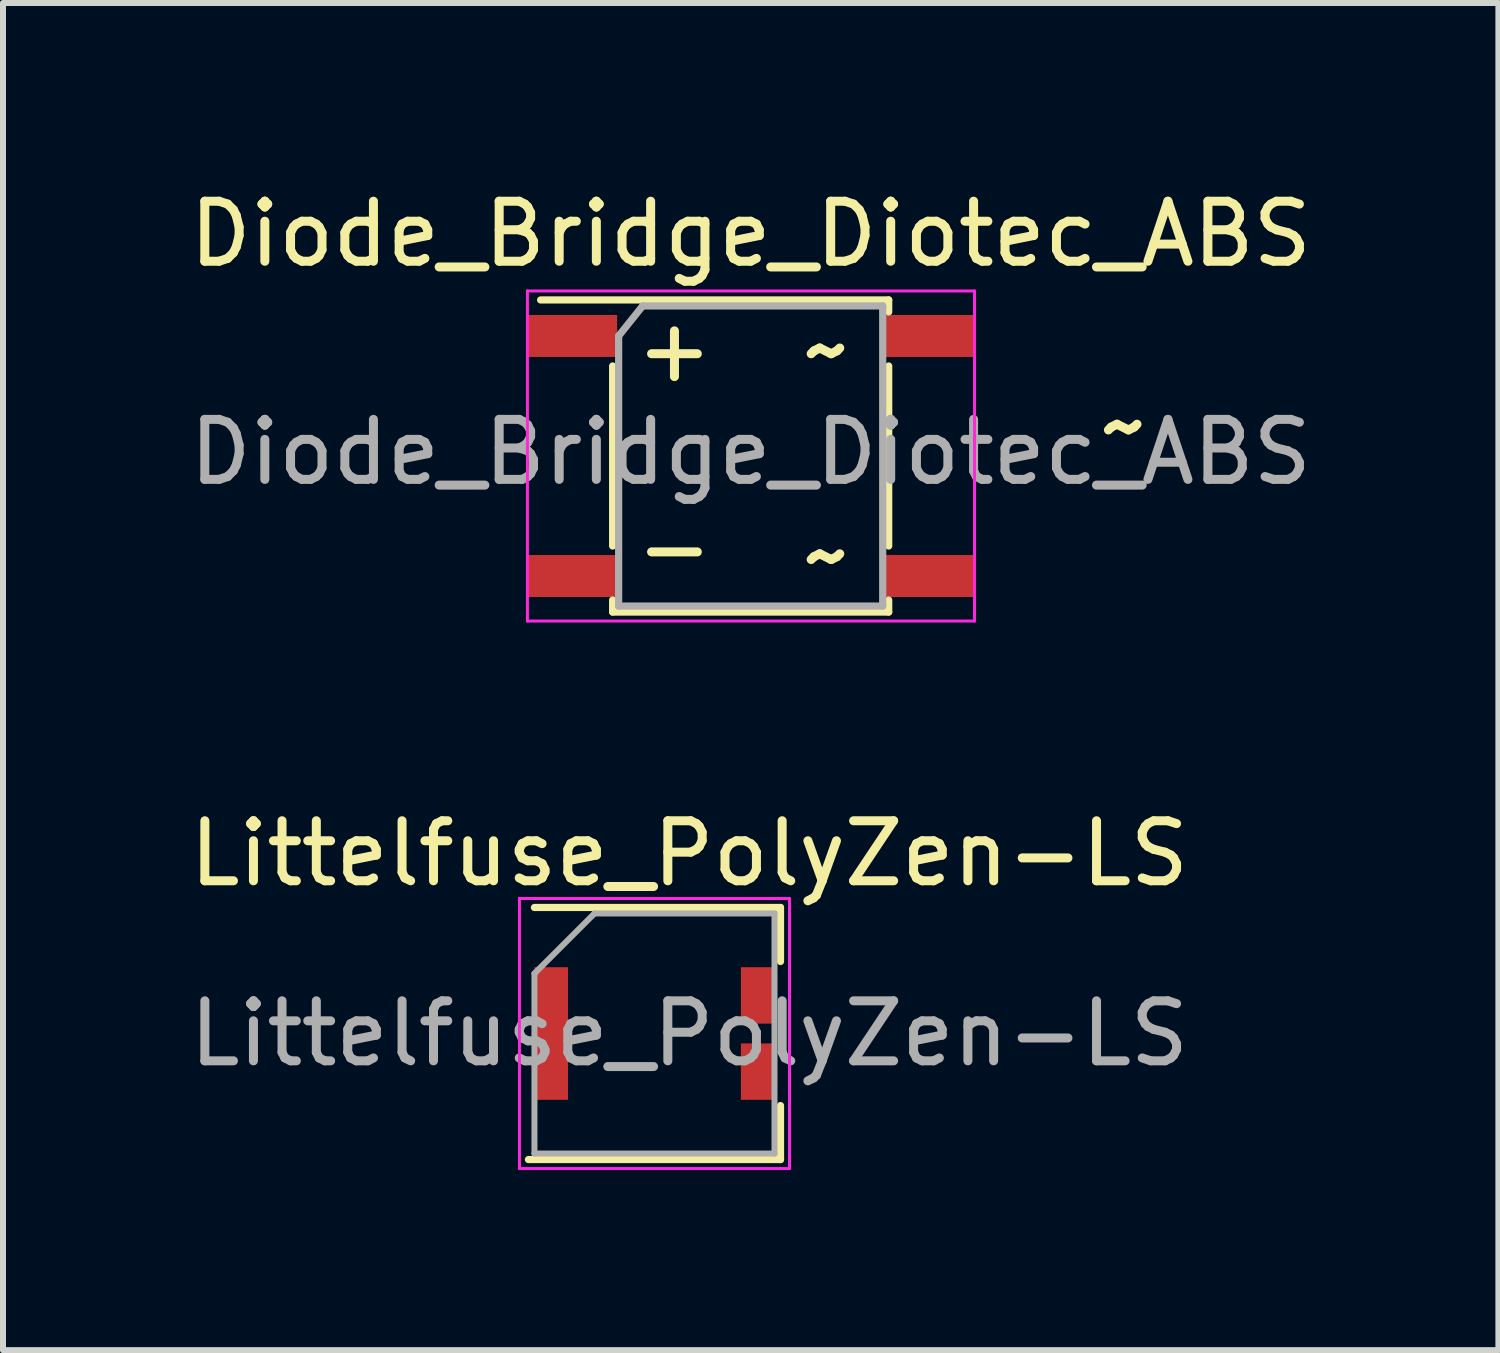
<source format=kicad_pcb>
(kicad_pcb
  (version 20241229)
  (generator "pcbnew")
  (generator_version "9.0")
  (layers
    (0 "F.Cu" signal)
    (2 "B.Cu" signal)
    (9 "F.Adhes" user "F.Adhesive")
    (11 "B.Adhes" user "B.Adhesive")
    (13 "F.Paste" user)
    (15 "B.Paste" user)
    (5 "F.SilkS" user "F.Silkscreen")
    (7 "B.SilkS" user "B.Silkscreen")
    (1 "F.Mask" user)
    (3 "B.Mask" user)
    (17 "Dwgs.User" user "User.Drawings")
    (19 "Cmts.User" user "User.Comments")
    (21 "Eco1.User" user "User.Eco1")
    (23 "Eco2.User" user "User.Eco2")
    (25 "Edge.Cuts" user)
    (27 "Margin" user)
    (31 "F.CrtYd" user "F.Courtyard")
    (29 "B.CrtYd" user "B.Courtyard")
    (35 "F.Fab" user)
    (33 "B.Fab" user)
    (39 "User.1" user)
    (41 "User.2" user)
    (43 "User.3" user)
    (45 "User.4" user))
  (footprint "Diode_Bridge_Diotec_ABS"
    (layer "F.Cu")
    (at 9.458 4.548)
    (property "Reference" "Diode_Bridge_Diotec_ABS" (at 0 -3.7 0) (layer "F.SilkS") (effects (font (size 1 1) (thickness 0.15))))
    (attr smd)
    (fp_line (start -2.3 1.5) (end -2.3 -1.5) (stroke (width 0.12) (type solid)) (layer "F.SilkS"))
    (fp_line (start -2.3 2.6) (end -2.3 2.4) (stroke (width 0.12) (type solid)) (layer "F.SilkS"))
    (fp_line (start 2.3 -2.6) (end -3.5 -2.6) (stroke (width 0.12) (type solid)) (layer "F.SilkS"))
    (fp_line (start 2.3 -2.4) (end 2.3 -2.6) (stroke (width 0.12) (type solid)) (layer "F.SilkS"))
    (fp_line (start 2.3 -1.5) (end 2.3 1.5) (stroke (width 0.12) (type solid)) (layer "F.SilkS"))
    (fp_line (start 2.3 2.4) (end 2.3 2.6) (stroke (width 0.12) (type solid)) (layer "F.SilkS"))
    (fp_line (start 2.3 2.6) (end -2.3 2.6) (stroke (width 0.12) (type solid)) (layer "F.SilkS"))
    (fp_line (start -3.72 -2.75) (end -3.72 2.75) (stroke (width 0.05) (type solid)) (layer "F.CrtYd"))
    (fp_line (start -3.72 -2.75) (end 3.73 -2.75) (stroke (width 0.05) (type solid)) (layer "F.CrtYd"))
    (fp_line (start 3.73 2.75) (end -3.72 2.75) (stroke (width 0.05) (type solid)) (layer "F.CrtYd"))
    (fp_line (start 3.73 2.75) (end 3.73 -2.75) (stroke (width 0.05) (type solid)) (layer "F.CrtYd"))
    (fp_line (start -2.2 -2) (end -2.2 2.5) (stroke (width 0.12) (type solid)) (layer "F.Fab"))
    (fp_line (start -2.2 2.5) (end 2.2 2.5) (stroke (width 0.12) (type solid)) (layer "F.Fab"))
    (fp_line (start -1.8 -2.5) (end -2.2 -2) (stroke (width 0.12) (type solid)) (layer "F.Fab"))
    (fp_line (start 2.2 -2.5) (end -1.8 -2.5) (stroke (width 0.12) (type solid)) (layer "F.Fab"))
    (fp_line (start 2.2 2.5) (end 2.2 -2.5) (stroke (width 0.12) (type solid)) (layer "F.Fab"))
    (fp_text user "~" (at 1.27 -1.778 0) (layer "F.SilkS") (effects (font (size 1 1) (thickness 0.15))))
    (fp_text user "~" (at 6.223 -0.508 0) (layer "F.SilkS") (effects (font (size 1 1) (thickness 0.15))))
    (fp_text user "-" (at -1.27 1.524 0) (layer "F.SilkS") (effects (font (size 1 1) (thickness 0.15))))
    (fp_text user "~" (at 1.27 1.651 0) (layer "F.SilkS") (effects (font (size 1 1) (thickness 0.15))))
    (fp_text user "+" (at -1.27 -1.778 0) (layer "F.SilkS") (effects (font (size 1 1) (thickness 0.15))))
    (fp_text user "${REFERENCE}" (at 0 -0.065 0) (layer "F.Fab") (effects (font (size 1 1) (thickness 0.15))))
    (pad "1" smd rect (at -2.975 -2) (size 1.5 0.7) (layers "F.Cu" "F.Mask" "F.Paste"))
    (pad "2" smd rect (at -2.975 2) (size 1.5 0.7) (layers "F.Cu" "F.Mask" "F.Paste"))
    (pad "3" smd rect (at 2.975 2) (size 1.5 0.7) (layers "F.Cu" "F.Mask" "F.Paste"))
    (pad "4" smd rect (at 2.975 -2) (size 1.5 0.7) (layers "F.Cu" "F.Mask" "F.Paste")))
  (footprint "Littelfuse_PolyZen-LS"
    (layer "F.Cu")
    (at 7.855 14.171)
    (property "Reference" "Littelfuse_PolyZen-LS" (at 0.58 -3 0) (layer "F.SilkS") (effects (font (size 1 1) (thickness 0.15))))
    (attr smd)
    (fp_line (start 2.1 -2.1) (end -2 -2.1) (stroke (width 0.12) (type solid)) (layer "F.SilkS"))
    (fp_line (start 2.1 -2.1) (end 2.1 -1.2) (stroke (width 0.12) (type solid)) (layer "F.SilkS"))
    (fp_line (start 2.1 2.1) (end -2.1 2.1) (stroke (width 0.12) (type solid)) (layer "F.SilkS"))
    (fp_line (start 2.1 2.1) (end 2.1 1.2) (stroke (width 0.12) (type solid)) (layer "F.SilkS"))
    (fp_line (start -2.25 -2.25) (end 2.25 -2.25) (stroke (width 0.05) (type solid)) (layer "F.CrtYd"))
    (fp_line (start -2.25 2.25) (end -2.25 -2.25) (stroke (width 0.05) (type solid)) (layer "F.CrtYd"))
    (fp_line (start 2.25 -2.25) (end 2.25 2.25) (stroke (width 0.05) (type solid)) (layer "F.CrtYd"))
    (fp_line (start 2.25 2.25) (end -2.25 2.25) (stroke (width 0.05) (type solid)) (layer "F.CrtYd"))
    (fp_line (start -2 2) (end -2 -1) (stroke (width 0.1) (type solid)) (layer "F.Fab"))
    (fp_line (start -1 -2) (end -2 -1) (stroke (width 0.1) (type solid)) (layer "F.Fab"))
    (fp_line (start 2 -2) (end -1 -2) (stroke (width 0.1) (type solid)) (layer "F.Fab"))
    (fp_line (start 2 -2) (end 2 2) (stroke (width 0.1) (type solid)) (layer "F.Fab"))
    (fp_line (start 2 2) (end -2 2) (stroke (width 0.1) (type solid)) (layer "F.Fab"))
    (fp_text user "${REFERENCE}" (at 0.58 0 0) (layer "F.Fab") (effects (font (size 1 1) (thickness 0.15))))
    (pad "1" smd rect (at -1.72 0) (size 0.56 2.21) (layers "F.Cu" "F.Mask" "F.Paste"))
    (pad "2" smd rect (at 1.72 -0.635) (size 0.56 0.94) (layers "F.Cu" "F.Mask" "F.Paste"))
    (pad "3" smd rect (at 1.72 0.635) (size 0.56 0.94) (layers "F.Cu" "F.Mask" "F.Paste")))
  (gr_rect
    (start -3 -3)
    (end 21.917 19.447)
    (stroke (width 0.1) (type default))
    (fill no)
    (layer "Edge.Cuts")))
</source>
